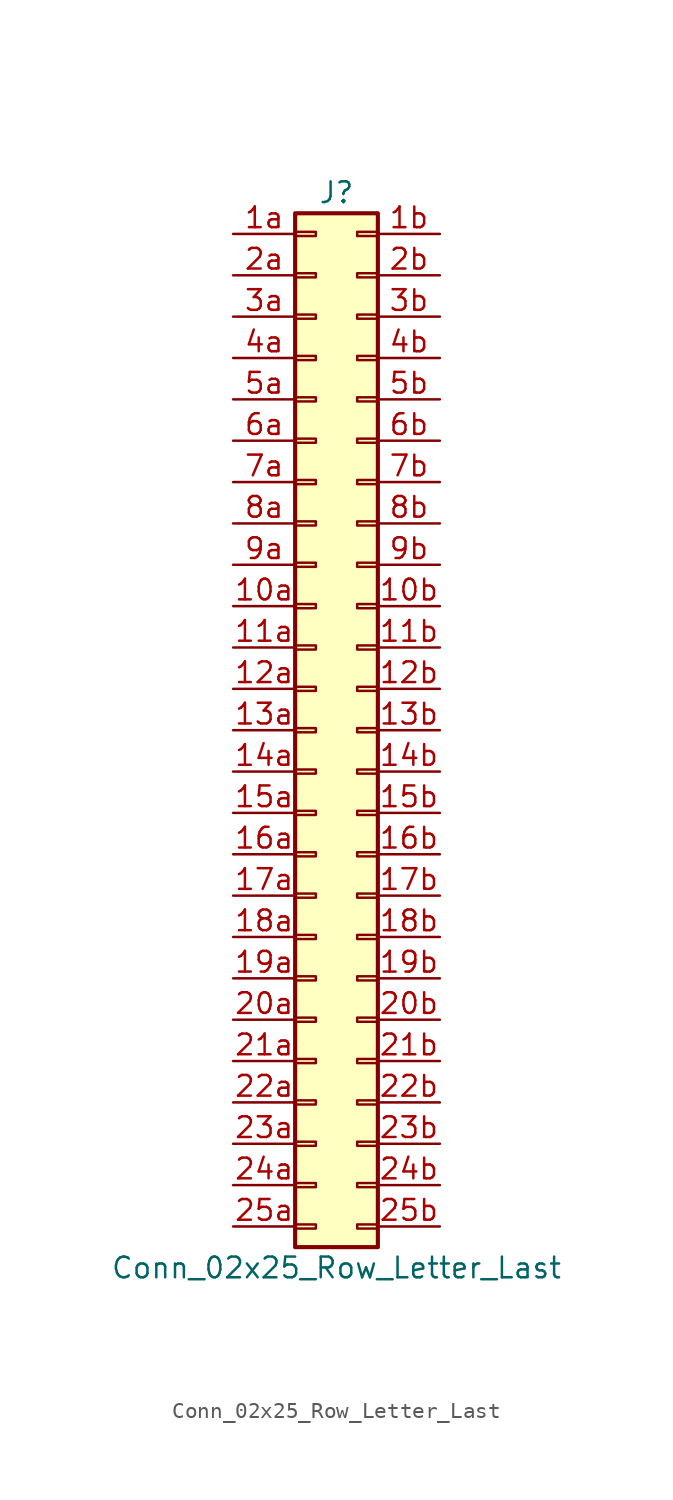
<source format=kicad_sym>
(kicad_symbol_lib
  (version 20201005)
  (generator kicad_symbol_editor)
  (symbol "Conn_02x25_Row_Letter_Last"
    (pin_names
      (offset 1.016) hide)
    (property "Reference" "J"
      (at 1.27 33.02 0)
      (effects (font (size 1.27 1.27))))
    (property "Value" "Conn_02x25_Row_Letter_Last"
      (at 1.27 -33.02 0)
      (effects (font (size 1.27 1.27))))
    (symbol "Conn_02x25_Row_Letter_Last_1_1"
      (rectangle (start -1.27 -30.353) (end 0 -30.607) (stroke (width 0.152)) (fill (type none)))
      (rectangle (start -1.27 -27.813) (end 0 -28.067) (stroke (width 0.152)) (fill (type none)))
      (rectangle (start -1.27 -25.273) (end 0 -25.527) (stroke (width 0.152)) (fill (type none)))
      (rectangle (start -1.27 -22.733) (end 0 -22.987) (stroke (width 0.152)) (fill (type none)))
      (rectangle (start -1.27 -20.193) (end 0 -20.447) (stroke (width 0.152)) (fill (type none)))
      (rectangle (start -1.27 -17.653) (end 0 -17.907) (stroke (width 0.152)) (fill (type none)))
      (rectangle (start -1.27 -15.113) (end 0 -15.367) (stroke (width 0.152)) (fill (type none)))
      (rectangle (start -1.27 -12.573) (end 0 -12.827) (stroke (width 0.152)) (fill (type none)))
      (rectangle (start -1.27 -10.033) (end 0 -10.287) (stroke (width 0.152)) (fill (type none)))
      (rectangle (start -1.27 -7.493) (end 0 -7.747) (stroke (width 0.152)) (fill (type none)))
      (rectangle (start -1.27 -4.953) (end 0 -5.207) (stroke (width 0.152)) (fill (type none)))
      (rectangle (start -1.27 -2.413) (end 0 -2.667) (stroke (width 0.152)) (fill (type none)))
      (rectangle (start -1.27 0.127) (end 0 -0.127) (stroke (width 0.152)) (fill (type none)))
      (rectangle (start -1.27 2.667) (end 0 2.413) (stroke (width 0.152)) (fill (type none)))
      (rectangle (start -1.27 5.207) (end 0 4.953) (stroke (width 0.152)) (fill (type none)))
      (rectangle (start -1.27 7.747) (end 0 7.493) (stroke (width 0.152)) (fill (type none)))
      (rectangle (start -1.27 10.287) (end 0 10.033) (stroke (width 0.152)) (fill (type none)))
      (rectangle (start -1.27 12.827) (end 0 12.573) (stroke (width 0.152)) (fill (type none)))
      (rectangle (start -1.27 15.367) (end 0 15.113) (stroke (width 0.152)) (fill (type none)))
      (rectangle (start -1.27 17.907) (end 0 17.653) (stroke (width 0.152)) (fill (type none)))
      (rectangle (start -1.27 20.447) (end 0 20.193) (stroke (width 0.152)) (fill (type none)))
      (rectangle (start -1.27 22.987) (end 0 22.733) (stroke (width 0.152)) (fill (type none)))
      (rectangle (start -1.27 25.527) (end 0 25.273) (stroke (width 0.152)) (fill (type none)))
      (rectangle (start -1.27 28.067) (end 0 27.813) (stroke (width 0.152)) (fill (type none)))
      (rectangle (start -1.27 30.607) (end 0 30.353) (stroke (width 0.152)) (fill (type none)))
      (rectangle (start 3.81 -30.353) (end 2.54 -30.607) (stroke (width 0.152)) (fill (type none)))
      (rectangle (start 3.81 -27.813) (end 2.54 -28.067) (stroke (width 0.152)) (fill (type none)))
      (rectangle (start 3.81 -25.273) (end 2.54 -25.527) (stroke (width 0.152)) (fill (type none)))
      (rectangle (start 3.81 -22.733) (end 2.54 -22.987) (stroke (width 0.152)) (fill (type none)))
      (rectangle (start 3.81 -20.193) (end 2.54 -20.447) (stroke (width 0.152)) (fill (type none)))
      (rectangle (start 3.81 -17.653) (end 2.54 -17.907) (stroke (width 0.152)) (fill (type none)))
      (rectangle (start 3.81 -15.113) (end 2.54 -15.367) (stroke (width 0.152)) (fill (type none)))
      (rectangle (start 3.81 -12.573) (end 2.54 -12.827) (stroke (width 0.152)) (fill (type none)))
      (rectangle (start 3.81 -10.033) (end 2.54 -10.287) (stroke (width 0.152)) (fill (type none)))
      (rectangle (start 3.81 -7.493) (end 2.54 -7.747) (stroke (width 0.152)) (fill (type none)))
      (rectangle (start 3.81 -4.953) (end 2.54 -5.207) (stroke (width 0.152)) (fill (type none)))
      (rectangle (start 3.81 -2.413) (end 2.54 -2.667) (stroke (width 0.152)) (fill (type none)))
      (rectangle (start 3.81 0.127) (end 2.54 -0.127) (stroke (width 0.152)) (fill (type none)))
      (rectangle (start 3.81 2.667) (end 2.54 2.413) (stroke (width 0.152)) (fill (type none)))
      (rectangle (start 3.81 5.207) (end 2.54 4.953) (stroke (width 0.152)) (fill (type none)))
      (rectangle (start 3.81 7.747) (end 2.54 7.493) (stroke (width 0.152)) (fill (type none)))
      (rectangle (start 3.81 10.287) (end 2.54 10.033) (stroke (width 0.152)) (fill (type none)))
      (rectangle (start 3.81 12.827) (end 2.54 12.573) (stroke (width 0.152)) (fill (type none)))
      (rectangle (start 3.81 15.367) (end 2.54 15.113) (stroke (width 0.152)) (fill (type none)))
      (rectangle (start 3.81 17.907) (end 2.54 17.653) (stroke (width 0.152)) (fill (type none)))
      (rectangle (start 3.81 20.447) (end 2.54 20.193) (stroke (width 0.152)) (fill (type none)))
      (rectangle (start 3.81 22.987) (end 2.54 22.733) (stroke (width 0.152)) (fill (type none)))
      (rectangle (start 3.81 25.527) (end 2.54 25.273) (stroke (width 0.152)) (fill (type none)))
      (rectangle (start 3.81 28.067) (end 2.54 27.813) (stroke (width 0.152)) (fill (type none)))
      (rectangle (start 3.81 30.607) (end 2.54 30.353) (stroke (width 0.152)) (fill (type none)))
      (rectangle (start -1.27 31.75) (end 3.81 -31.75) (stroke (width 0.254)) (fill (type background)))
      (pin passive line (at -5.08 7.62 0) (length 3.81) (name "Pin_10a" (effects (font (size 1.27 1.27)))) (number "10a" (effects (font (size 1.27 1.27)))))
      (pin passive line (at 7.62 7.62 180) (length 3.81) (name "Pin_10b" (effects (font (size 1.27 1.27)))) (number "10b" (effects (font (size 1.27 1.27)))))
      (pin passive line (at -5.08 5.08 0) (length 3.81) (name "Pin_11a" (effects (font (size 1.27 1.27)))) (number "11a" (effects (font (size 1.27 1.27)))))
      (pin passive line (at 7.62 5.08 180) (length 3.81) (name "Pin_11b" (effects (font (size 1.27 1.27)))) (number "11b" (effects (font (size 1.27 1.27)))))
      (pin passive line (at -5.08 2.54 0) (length 3.81) (name "Pin_12a" (effects (font (size 1.27 1.27)))) (number "12a" (effects (font (size 1.27 1.27)))))
      (pin passive line (at 7.62 2.54 180) (length 3.81) (name "Pin_12b" (effects (font (size 1.27 1.27)))) (number "12b" (effects (font (size 1.27 1.27)))))
      (pin passive line (at -5.08 0 0) (length 3.81) (name "Pin_13a" (effects (font (size 1.27 1.27)))) (number "13a" (effects (font (size 1.27 1.27)))))
      (pin passive line (at 7.62 0 180) (length 3.81) (name "Pin_13b" (effects (font (size 1.27 1.27)))) (number "13b" (effects (font (size 1.27 1.27)))))
      (pin passive line (at -5.08 -2.54 0) (length 3.81) (name "Pin_14a" (effects (font (size 1.27 1.27)))) (number "14a" (effects (font (size 1.27 1.27)))))
      (pin passive line (at 7.62 -2.54 180) (length 3.81) (name "Pin_14b" (effects (font (size 1.27 1.27)))) (number "14b" (effects (font (size 1.27 1.27)))))
      (pin passive line (at -5.08 -5.08 0) (length 3.81) (name "Pin_15a" (effects (font (size 1.27 1.27)))) (number "15a" (effects (font (size 1.27 1.27)))))
      (pin passive line (at 7.62 -5.08 180) (length 3.81) (name "Pin_15b" (effects (font (size 1.27 1.27)))) (number "15b" (effects (font (size 1.27 1.27)))))
      (pin passive line (at -5.08 -7.62 0) (length 3.81) (name "Pin_16a" (effects (font (size 1.27 1.27)))) (number "16a" (effects (font (size 1.27 1.27)))))
      (pin passive line (at 7.62 -7.62 180) (length 3.81) (name "Pin_16b" (effects (font (size 1.27 1.27)))) (number "16b" (effects (font (size 1.27 1.27)))))
      (pin passive line (at -5.08 -10.16 0) (length 3.81) (name "Pin_17a" (effects (font (size 1.27 1.27)))) (number "17a" (effects (font (size 1.27 1.27)))))
      (pin passive line (at 7.62 -10.16 180) (length 3.81) (name "Pin_17b" (effects (font (size 1.27 1.27)))) (number "17b" (effects (font (size 1.27 1.27)))))
      (pin passive line (at -5.08 -12.7 0) (length 3.81) (name "Pin_18a" (effects (font (size 1.27 1.27)))) (number "18a" (effects (font (size 1.27 1.27)))))
      (pin passive line (at 7.62 -12.7 180) (length 3.81) (name "Pin_18b" (effects (font (size 1.27 1.27)))) (number "18b" (effects (font (size 1.27 1.27)))))
      (pin passive line (at -5.08 -15.24 0) (length 3.81) (name "Pin_19a" (effects (font (size 1.27 1.27)))) (number "19a" (effects (font (size 1.27 1.27)))))
      (pin passive line (at 7.62 -15.24 180) (length 3.81) (name "Pin_19b" (effects (font (size 1.27 1.27)))) (number "19b" (effects (font (size 1.27 1.27)))))
      (pin passive line (at -5.08 30.48 0) (length 3.81) (name "Pin_1a" (effects (font (size 1.27 1.27)))) (number "1a" (effects (font (size 1.27 1.27)))))
      (pin passive line (at 7.62 30.48 180) (length 3.81) (name "Pin_1b" (effects (font (size 1.27 1.27)))) (number "1b" (effects (font (size 1.27 1.27)))))
      (pin passive line (at -5.08 -17.78 0) (length 3.81) (name "Pin_20a" (effects (font (size 1.27 1.27)))) (number "20a" (effects (font (size 1.27 1.27)))))
      (pin passive line (at 7.62 -17.78 180) (length 3.81) (name "Pin_20b" (effects (font (size 1.27 1.27)))) (number "20b" (effects (font (size 1.27 1.27)))))
      (pin passive line (at -5.08 -20.32 0) (length 3.81) (name "Pin_21a" (effects (font (size 1.27 1.27)))) (number "21a" (effects (font (size 1.27 1.27)))))
      (pin passive line (at 7.62 -20.32 180) (length 3.81) (name "Pin_21b" (effects (font (size 1.27 1.27)))) (number "21b" (effects (font (size 1.27 1.27)))))
      (pin passive line (at -5.08 -22.86 0) (length 3.81) (name "Pin_22a" (effects (font (size 1.27 1.27)))) (number "22a" (effects (font (size 1.27 1.27)))))
      (pin passive line (at 7.62 -22.86 180) (length 3.81) (name "Pin_22b" (effects (font (size 1.27 1.27)))) (number "22b" (effects (font (size 1.27 1.27)))))
      (pin passive line (at -5.08 -25.4 0) (length 3.81) (name "Pin_23a" (effects (font (size 1.27 1.27)))) (number "23a" (effects (font (size 1.27 1.27)))))
      (pin passive line (at 7.62 -25.4 180) (length 3.81) (name "Pin_23b" (effects (font (size 1.27 1.27)))) (number "23b" (effects (font (size 1.27 1.27)))))
      (pin passive line (at -5.08 -27.94 0) (length 3.81) (name "Pin_24a" (effects (font (size 1.27 1.27)))) (number "24a" (effects (font (size 1.27 1.27)))))
      (pin passive line (at 7.62 -27.94 180) (length 3.81) (name "Pin_24b" (effects (font (size 1.27 1.27)))) (number "24b" (effects (font (size 1.27 1.27)))))
      (pin passive line (at -5.08 -30.48 0) (length 3.81) (name "Pin_25a" (effects (font (size 1.27 1.27)))) (number "25a" (effects (font (size 1.27 1.27)))))
      (pin passive line (at 7.62 -30.48 180) (length 3.81) (name "Pin_25b" (effects (font (size 1.27 1.27)))) (number "25b" (effects (font (size 1.27 1.27)))))
      (pin passive line (at -5.08 27.94 0) (length 3.81) (name "Pin_2a" (effects (font (size 1.27 1.27)))) (number "2a" (effects (font (size 1.27 1.27)))))
      (pin passive line (at 7.62 27.94 180) (length 3.81) (name "Pin_2b" (effects (font (size 1.27 1.27)))) (number "2b" (effects (font (size 1.27 1.27)))))
      (pin passive line (at -5.08 25.4 0) (length 3.81) (name "Pin_3a" (effects (font (size 1.27 1.27)))) (number "3a" (effects (font (size 1.27 1.27)))))
      (pin passive line (at 7.62 25.4 180) (length 3.81) (name "Pin_3b" (effects (font (size 1.27 1.27)))) (number "3b" (effects (font (size 1.27 1.27)))))
      (pin passive line (at -5.08 22.86 0) (length 3.81) (name "Pin_4a" (effects (font (size 1.27 1.27)))) (number "4a" (effects (font (size 1.27 1.27)))))
      (pin passive line (at 7.62 22.86 180) (length 3.81) (name "Pin_4b" (effects (font (size 1.27 1.27)))) (number "4b" (effects (font (size 1.27 1.27)))))
      (pin passive line (at -5.08 20.32 0) (length 3.81) (name "Pin_5a" (effects (font (size 1.27 1.27)))) (number "5a" (effects (font (size 1.27 1.27)))))
      (pin passive line (at 7.62 20.32 180) (length 3.81) (name "Pin_5b" (effects (font (size 1.27 1.27)))) (number "5b" (effects (font (size 1.27 1.27)))))
      (pin passive line (at -5.08 17.78 0) (length 3.81) (name "Pin_6a" (effects (font (size 1.27 1.27)))) (number "6a" (effects (font (size 1.27 1.27)))))
      (pin passive line (at 7.62 17.78 180) (length 3.81) (name "Pin_6b" (effects (font (size 1.27 1.27)))) (number "6b" (effects (font (size 1.27 1.27)))))
      (pin passive line (at -5.08 15.24 0) (length 3.81) (name "Pin_7a" (effects (font (size 1.27 1.27)))) (number "7a" (effects (font (size 1.27 1.27)))))
      (pin passive line (at 7.62 15.24 180) (length 3.81) (name "Pin_7b" (effects (font (size 1.27 1.27)))) (number "7b" (effects (font (size 1.27 1.27)))))
      (pin passive line (at -5.08 12.7 0) (length 3.81) (name "Pin_8a" (effects (font (size 1.27 1.27)))) (number "8a" (effects (font (size 1.27 1.27)))))
      (pin passive line (at 7.62 12.7 180) (length 3.81) (name "Pin_8b" (effects (font (size 1.27 1.27)))) (number "8b" (effects (font (size 1.27 1.27)))))
      (pin passive line (at -5.08 10.16 0) (length 3.81) (name "Pin_9a" (effects (font (size 1.27 1.27)))) (number "9a" (effects (font (size 1.27 1.27)))))
      (pin passive line (at 7.62 10.16 180) (length 3.81) (name "Pin_9b" (effects (font (size 1.27 1.27)))) (number "9b" (effects (font (size 1.27 1.27))))))))
</source>
